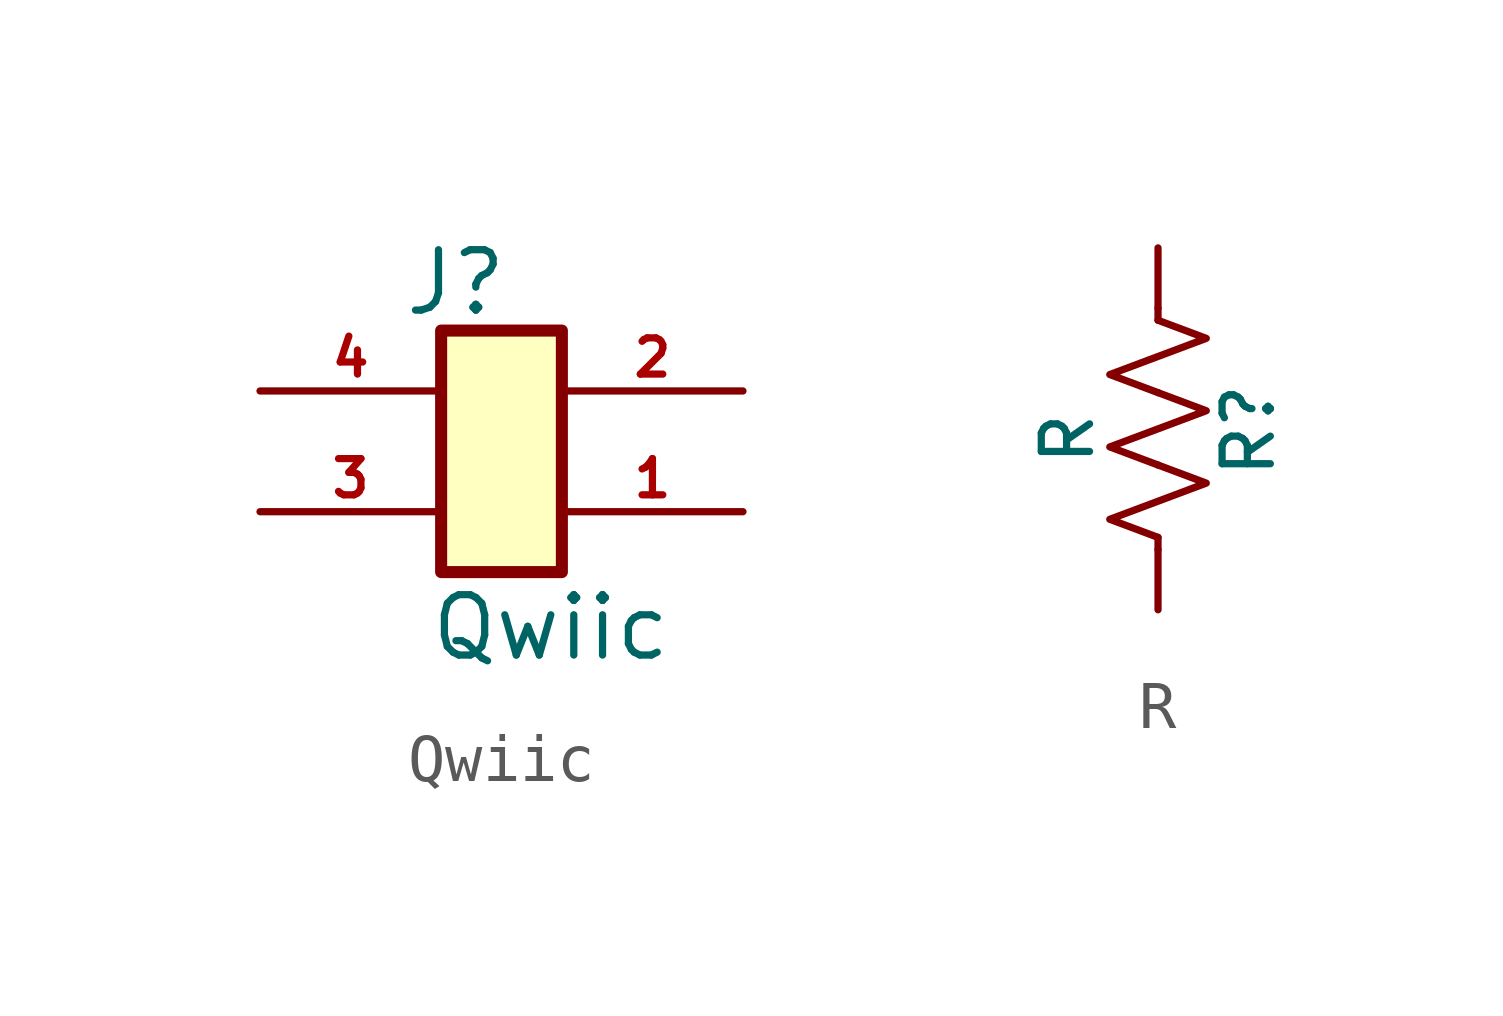
<source format=kicad_sym>
(kicad_symbol_lib
  (version 20211014)
  (generator kicad_symbol_editor)
  (symbol "Qwiic"
    (pin_names
      (offset 1.016) hide)
    (property "Reference" "J"
      (at -0.963 3.551 0)
      (effects (font (size 1.27 1.27))))
    (property "Value" "Qwiic"
      (at 1.037 -3.706 0)
      (effects (font (size 1.27 1.27))))
    (symbol "Qwiic_1_1"
      (rectangle (start -1.27 2.54) (end 1.27 -2.54) (stroke (width 0.254) (type default) (color 0 0 0 0)) (fill (type background)))
      (pin passive line (at 5.08 -1.27 180) (length 3.81) (name "" (effects (font (size 1.27 1.27)))) (number "1" (effects (font (size 0.762 0.762)))))
      (pin passive line (at 5.08 1.27 180) (length 3.81) (name "" (effects (font (size 1.27 1.27)))) (number "2" (effects (font (size 0.762 0.762)))))
      (pin passive line (at -5.08 -1.27 0) (length 3.81) (name "" (effects (font (size 1.27 1.27)))) (number "3" (effects (font (size 0.762 0.762)))))
      (pin passive line (at -5.08 1.27 0) (length 3.81) (name "" (effects (font (size 1.27 1.27)))) (number "4" (effects (font (size 0.762 0.762)))))))
  (symbol "R"
    (pin_numbers hide)
    (pin_names
      (offset 0))
    (property "Reference" "R"
      (at 1.903 -0.033 90)
      (effects (font (size 1.016 1.016))))
    (property "Value" "R"
      (at -1.904 -0.21 90)
      (effects (font (size 1.016 1.016))))
    (symbol "R_0_1"
      (polyline (pts (xy 0 -2.286) (xy 0 -2.54)) (stroke (width 0) (type default) (color 0 0 0 0)) (fill (type none)))
      (polyline (pts (xy 0 2.286) (xy 0 2.54)) (stroke (width 0) (type default) (color 0 0 0 0)) (fill (type none)))
      (polyline (pts (xy 0 -0.762) (xy 1.016 -1.143) (xy 0 -1.524) (xy -1.016 -1.905) (xy 0 -2.286)) (stroke (width 0) (type default) (color 0 0 0 0)) (fill (type none)))
      (polyline (pts (xy 0 0.762) (xy 1.016 0.381) (xy 0 0) (xy -1.016 -0.381) (xy 0 -0.762)) (stroke (width 0) (type default) (color 0 0 0 0)) (fill (type none)))
      (polyline (pts (xy 0 2.286) (xy 1.016 1.905) (xy 0 1.524) (xy -1.016 1.143) (xy 0 0.762)) (stroke (width 0) (type default) (color 0 0 0 0)) (fill (type none))))
    (symbol "R_1_1"
      (pin passive line (at 0 3.81 270) (length 1.27) (name "~" (effects (font (size 1.27 1.27)))) (number "1" (effects (font (size 1.27 1.27)))))
      (pin passive line (at 0 -3.81 90) (length 1.27) (name "~" (effects (font (size 1.27 1.27)))) (number "2" (effects (font (size 1.27 1.27))))))))
</source>
